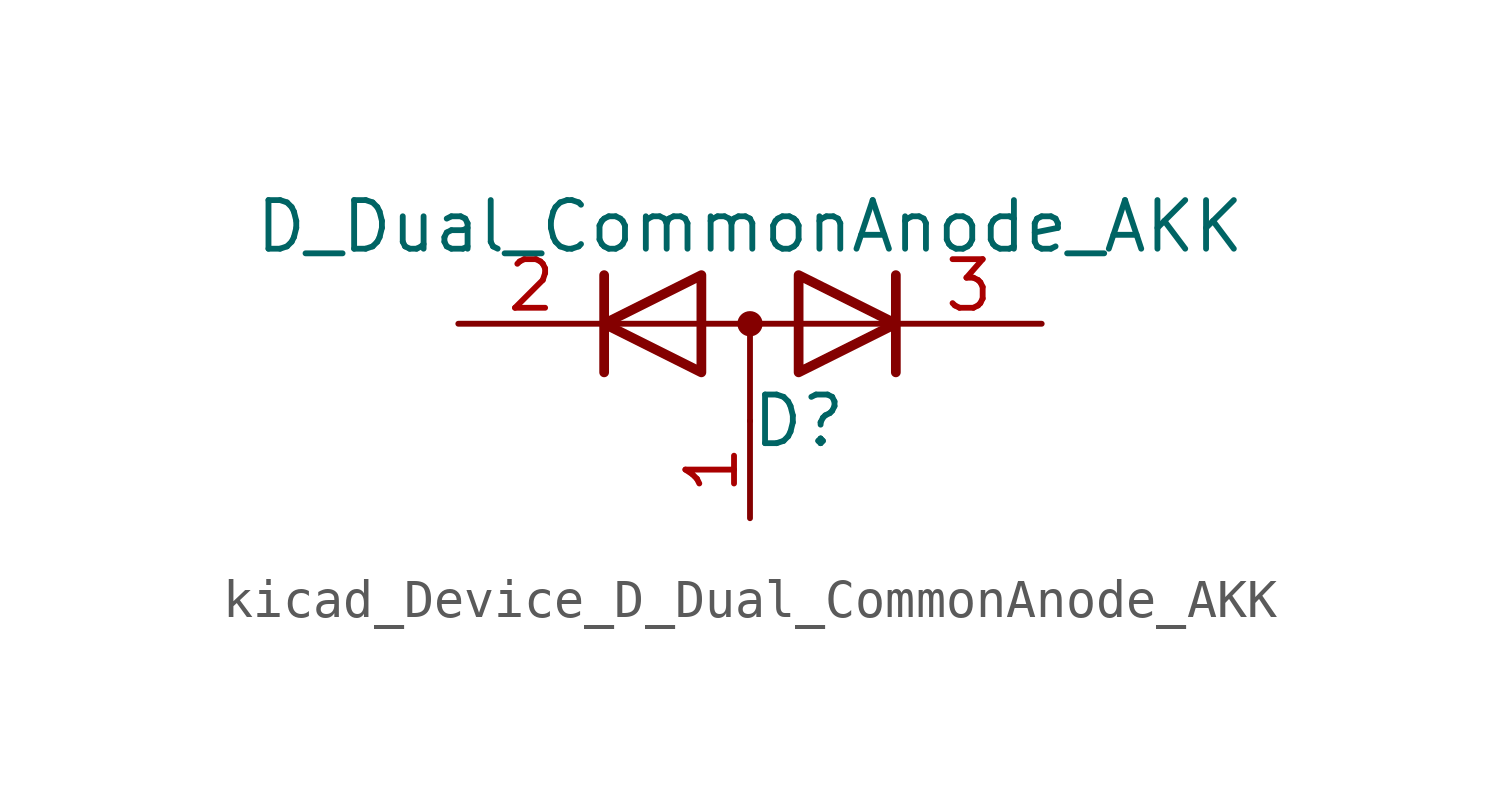
<source format=kicad_sym>
(kicad_symbol_lib
  (version 20220914)
  (generator kicad_symbol_editor)
  (symbol "kicad_Device_D_Dual_CommonAnode_AKK"
    (pin_names
      (offset 0.762) hide)
    (property "Reference" "D"
      (at 1.27 -2.54 0)
      (effects (font (size 1.27 1.27))))
    (property "Value" "D_Dual_CommonAnode_AKK"
      (at 0 2.54 0)
      (effects (font (size 1.27 1.27))))
    (symbol "kicad_Device_D_Dual_CommonAnode_AKK_0_1"
      (polyline (pts (xy -3.556 0) (xy 3.81 0)) (stroke (width 0) (type default)) (fill (type none)))
      (polyline (pts (xy 0 0) (xy 0 -2.54)) (stroke (width 0) (type default)) (fill (type none)))
      (polyline (pts (xy -3.81 1.27) (xy -3.81 -1.27) (xy -3.81 -1.27)) (stroke (width 0.254) (type default)) (fill (type none)))
      (polyline (pts (xy 3.81 1.27) (xy 3.81 -1.27) (xy 3.81 -1.27)) (stroke (width 0.254) (type default)) (fill (type none)))
      (polyline (pts (xy -1.27 -1.27) (xy -3.81 0) (xy -1.27 1.27) (xy -1.27 -1.27) (xy -1.27 -1.27) (xy -1.27 -1.27)) (stroke (width 0.254) (type default)) (fill (type none)))
      (polyline (pts (xy 1.27 1.27) (xy 3.81 0) (xy 1.27 -1.27) (xy 1.27 1.27) (xy 1.27 1.27) (xy 1.27 1.27)) (stroke (width 0.254) (type default)) (fill (type none)))
      (circle (center 0 0) (radius 0.254) (stroke (width 0) (type default)) (fill (type outline)))
      (pin passive line (at 0 -5.08 90) (length 2.54) (name "A" (effects (font (size 1.27 1.27)))) (number "1" (effects (font (size 1.27 1.27)))))
      (pin passive line (at -7.62 0 0) (length 3.81) (name "K" (effects (font (size 1.27 1.27)))) (number "2" (effects (font (size 1.27 1.27)))))
      (pin passive line (at 7.62 0 180) (length 3.81) (name "K" (effects (font (size 1.27 1.27)))) (number "3" (effects (font (size 1.27 1.27))))))))
</source>
